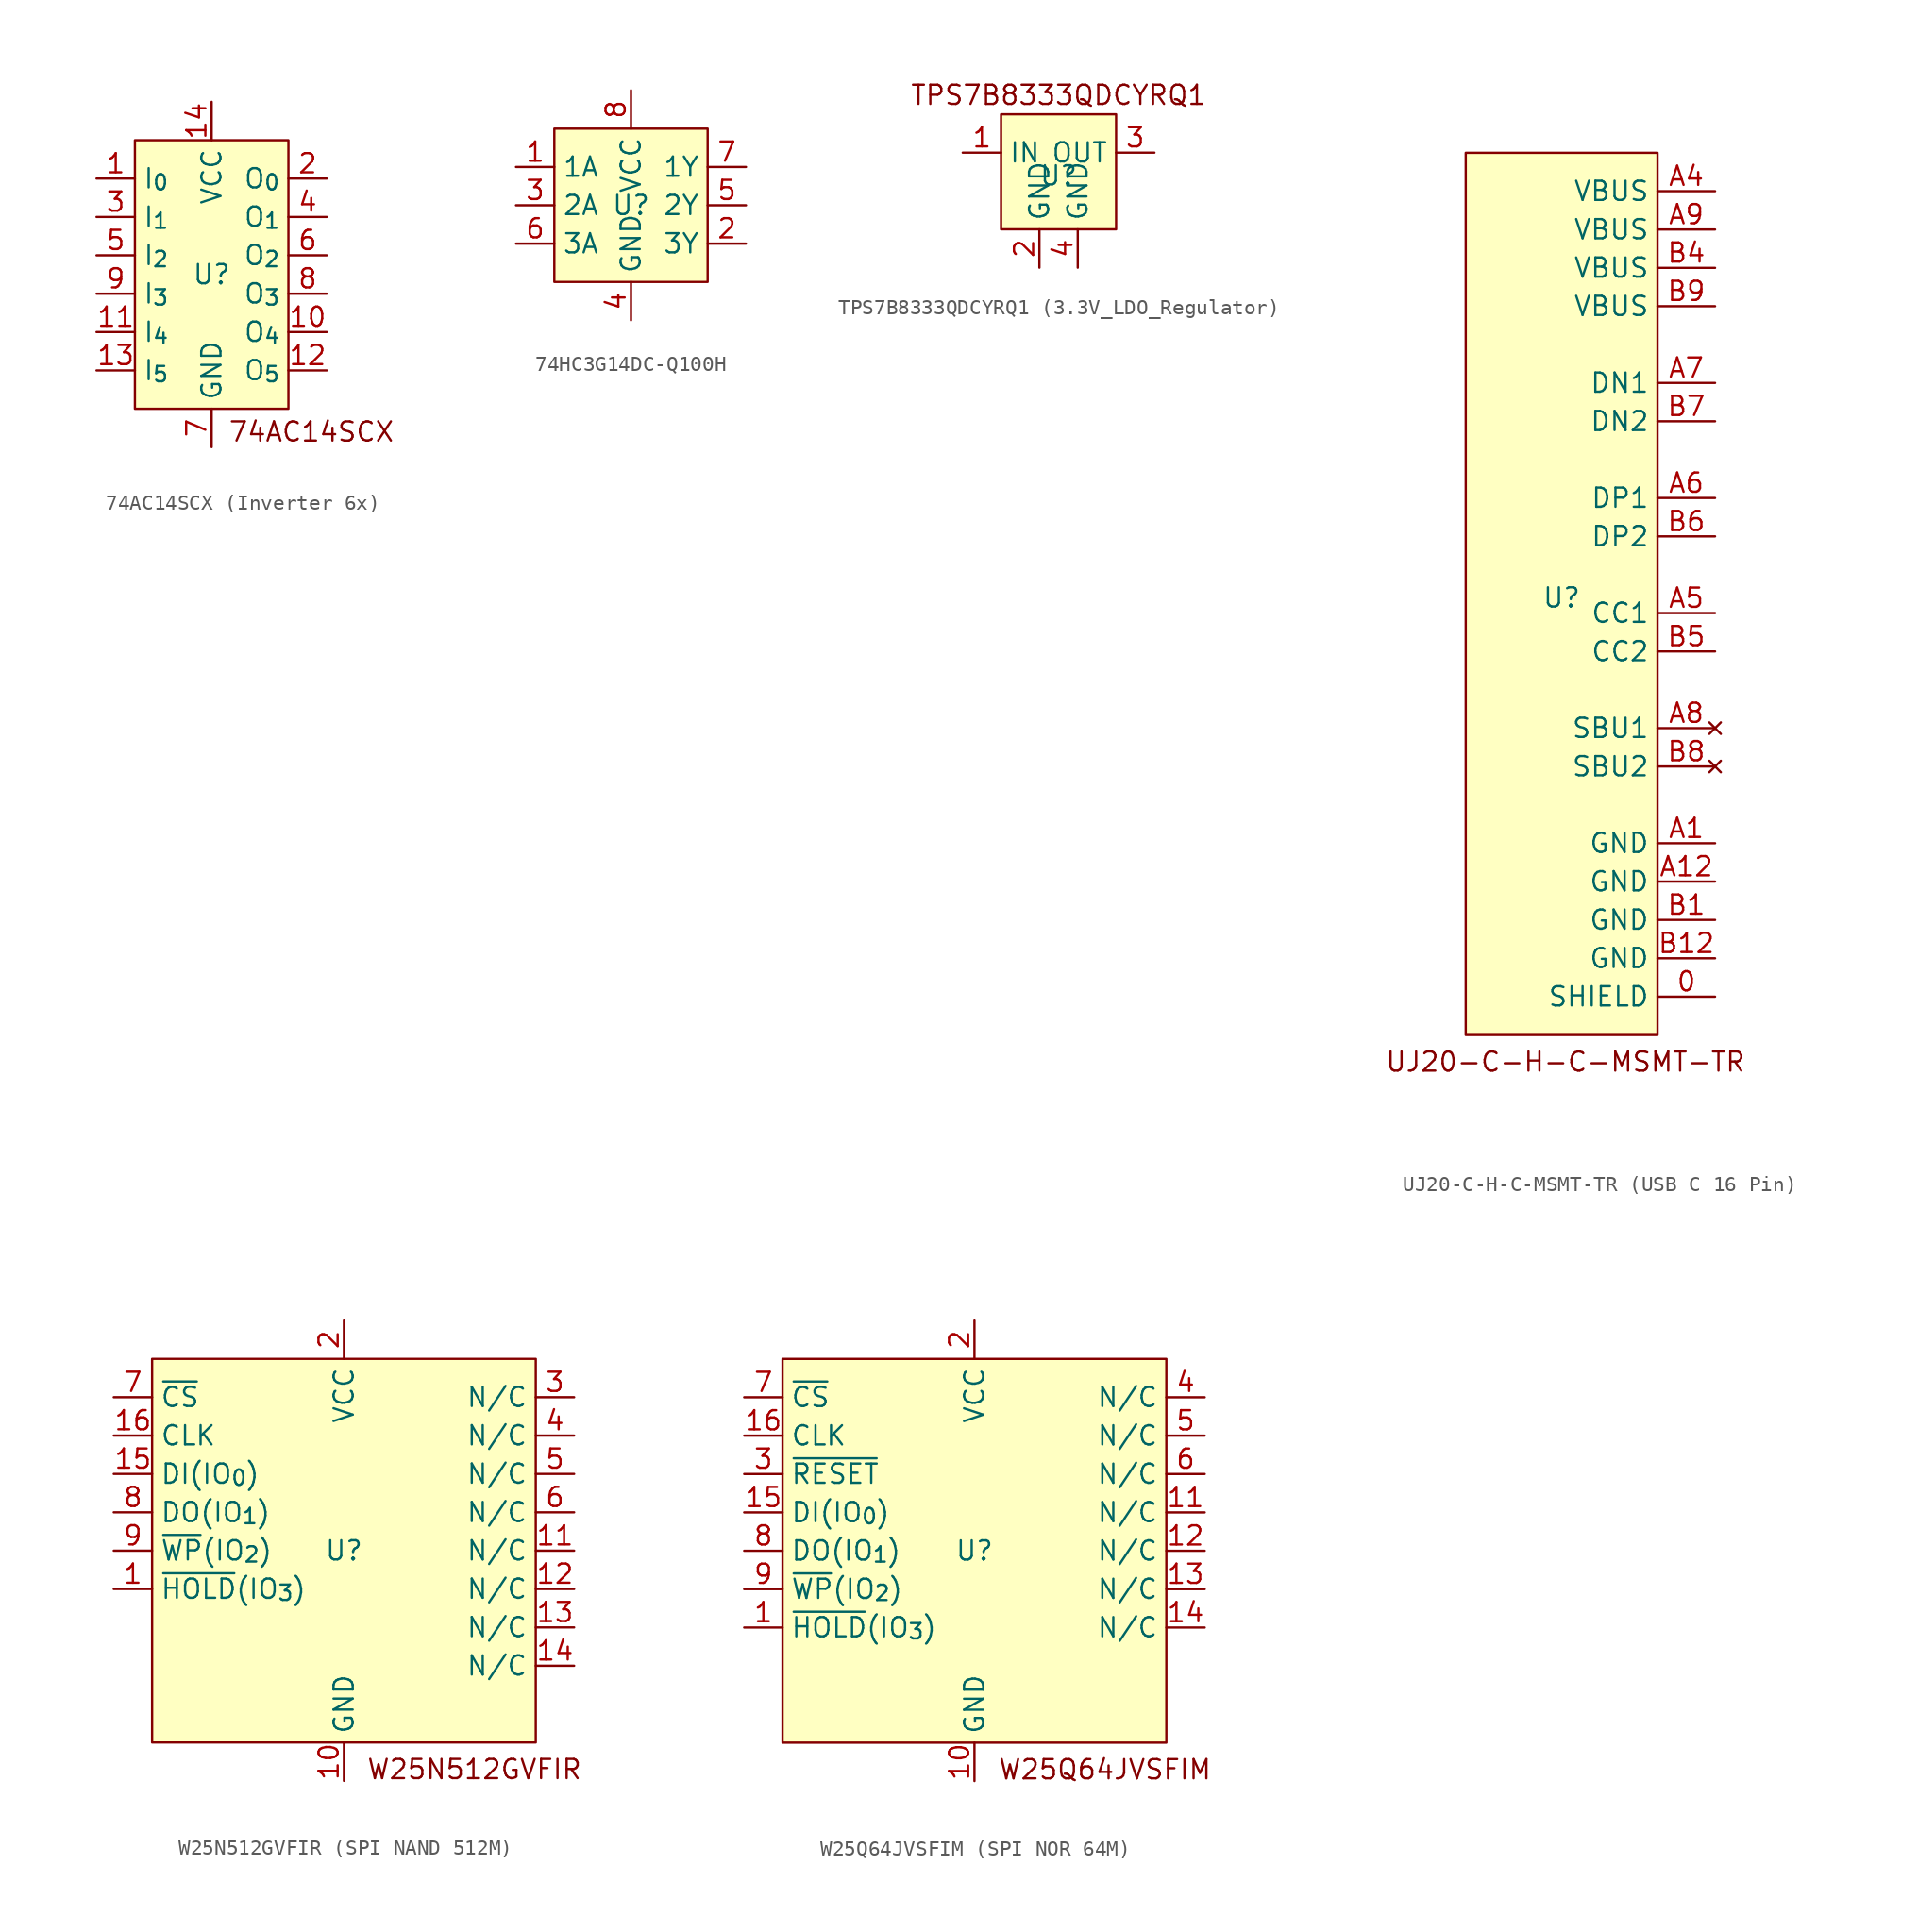
<source format=kicad_sym>
(kicad_symbol_lib
  (version 20231120)
  (generator "kicad_symbol_editor")
  (generator_version "8.0")
  (symbol "74AC14SCX (Inverter 6x)"
    (property "Reference" "U"
      (at 0 0 0)
      (effects (font (size 1.27 1.27))))
    (property "Value" ""
      (at 0 0 0)
      (effects (font (size 1.27 1.27))))
    (symbol "74AC14SCX (Inverter 6x)_1_1"
      (rectangle (start -5.08 8.89) (end 5.08 -8.89) (stroke (width 0) (type default)) (fill (type background)))
      (text "74AC14SCX" (at 6.604 -10.414 0) (effects (font (size 1.27 1.27))))
      (pin input line (at -7.62 6.35 0) (length 2.54) (name "I_{0}" (effects (font (size 1.27 1.27)))) (number "1" (effects (font (size 1.27 1.27)))))
      (pin output line (at 7.62 -3.81 180) (length 2.54) (name "O_{4}" (effects (font (size 1.27 1.27)))) (number "10" (effects (font (size 1.27 1.27)))))
      (pin input line (at -7.62 -3.81 0) (length 2.54) (name "I_{4}" (effects (font (size 1.27 1.27)))) (number "11" (effects (font (size 1.27 1.27)))))
      (pin output line (at 7.62 -6.35 180) (length 2.54) (name "O_{5}" (effects (font (size 1.27 1.27)))) (number "12" (effects (font (size 1.27 1.27)))))
      (pin input line (at -7.62 -6.35 0) (length 2.54) (name "I_{5}" (effects (font (size 1.27 1.27)))) (number "13" (effects (font (size 1.27 1.27)))))
      (pin power_in line (at 0 11.43 270) (length 2.54) (name "VCC" (effects (font (size 1.27 1.27)))) (number "14" (effects (font (size 1.27 1.27)))))
      (pin output line (at 7.62 6.35 180) (length 2.54) (name "O_{0}" (effects (font (size 1.27 1.27)))) (number "2" (effects (font (size 1.27 1.27)))))
      (pin input line (at -7.62 3.81 0) (length 2.54) (name "I_{1}" (effects (font (size 1.27 1.27)))) (number "3" (effects (font (size 1.27 1.27)))))
      (pin output line (at 7.62 3.81 180) (length 2.54) (name "O_{1}" (effects (font (size 1.27 1.27)))) (number "4" (effects (font (size 1.27 1.27)))))
      (pin input line (at -7.62 1.27 0) (length 2.54) (name "I_{2}" (effects (font (size 1.27 1.27)))) (number "5" (effects (font (size 1.27 1.27)))))
      (pin output line (at 7.62 1.27 180) (length 2.54) (name "O_{2}" (effects (font (size 1.27 1.27)))) (number "6" (effects (font (size 1.27 1.27)))))
      (pin power_in line (at 0 -11.43 90) (length 2.54) (name "GND" (effects (font (size 1.27 1.27)))) (number "7" (effects (font (size 1.27 1.27)))))
      (pin output line (at 7.62 -1.27 180) (length 2.54) (name "O_{3}" (effects (font (size 1.27 1.27)))) (number "8" (effects (font (size 1.27 1.27)))))
      (pin input line (at -7.62 -1.27 0) (length 2.54) (name "I_{3}" (effects (font (size 1.27 1.27)))) (number "9" (effects (font (size 1.27 1.27)))))))
  (symbol "74HC3G14DC-Q100H"
    (property "Reference" "U"
      (at 0 0 0)
      (effects (font (size 1.27 1.27))))
    (property "Value" ""
      (at -2.54 0 0)
      (effects (font (size 1.27 1.27))))
    (symbol "74HC3G14DC-Q100H_1_1"
      (rectangle (start -5.08 5.08) (end 5.08 -5.08) (stroke (width 0) (type default)) (fill (type background)))
      (pin input line (at -7.62 2.54 0) (length 2.54) (name "1A" (effects (font (size 1.27 1.27)))) (number "1" (effects (font (size 1.27 1.27)))))
      (pin output line (at 7.62 -2.54 180) (length 2.54) (name "3Y" (effects (font (size 1.27 1.27)))) (number "2" (effects (font (size 1.27 1.27)))))
      (pin input line (at -7.62 0 0) (length 2.54) (name "2A" (effects (font (size 1.27 1.27)))) (number "3" (effects (font (size 1.27 1.27)))))
      (pin power_in line (at 0 -7.62 90) (length 2.54) (name "GND" (effects (font (size 1.27 1.27)))) (number "4" (effects (font (size 1.27 1.27)))))
      (pin output line (at 7.62 0 180) (length 2.54) (name "2Y" (effects (font (size 1.27 1.27)))) (number "5" (effects (font (size 1.27 1.27)))))
      (pin input line (at -7.62 -2.54 0) (length 2.54) (name "3A" (effects (font (size 1.27 1.27)))) (number "6" (effects (font (size 1.27 1.27)))))
      (pin output line (at 7.62 2.54 180) (length 2.54) (name "1Y" (effects (font (size 1.27 1.27)))) (number "7" (effects (font (size 1.27 1.27)))))
      (pin power_in line (at 0 7.62 270) (length 2.54) (name "VCC" (effects (font (size 1.27 1.27)))) (number "8" (effects (font (size 1.27 1.27)))))))
  (symbol "TPS7B8333QDCYRQ1 (3.3V_LDO_Regulator)"
    (property "Reference" "U"
      (at 0 -0.254 0)
      (effects (font (size 1.27 1.27))))
    (property "Value" ""
      (at 0 -1.27 0)
      (effects (font (size 1.27 1.27))))
    (symbol "TPS7B8333QDCYRQ1 (3.3V_LDO_Regulator)_1_1"
      (rectangle (start -3.81 3.81) (end 3.81 -3.81) (stroke (width 0) (type default)) (fill (type background)))
      (text "TPS7B8333QDCYRQ1" (at 0 5.08 0) (effects (font (size 1.27 1.27))))
      (pin power_in line (at -6.35 1.27 0) (length 2.54) (name "IN" (effects (font (size 1.27 1.27)))) (number "1" (effects (font (size 1.27 1.27)))))
      (pin power_in line (at -1.27 -6.35 90) (length 2.54) (name "GND" (effects (font (size 1.27 1.27)))) (number "2" (effects (font (size 1.27 1.27)))))
      (pin power_out line (at 6.35 1.27 180) (length 2.54) (name "OUT" (effects (font (size 1.27 1.27)))) (number "3" (effects (font (size 1.27 1.27)))))
      (pin power_in line (at 1.27 -6.35 90) (length 2.54) (name "GND" (effects (font (size 1.27 1.27)))) (number "4" (effects (font (size 1.27 1.27)))))))
  (symbol "UJ20-C-H-C-MSMT-TR (USB C 16 Pin)"
    (property "Reference" "U"
      (at 0 -0.254 0)
      (effects (font (size 1.27 1.27))))
    (property "Value" ""
      (at 16.51 -12.7 0)
      (effects (font (size 1.27 1.27))))
    (symbol "UJ20-C-H-C-MSMT-TR (USB C 16 Pin)_1_1"
      (rectangle (start -6.35 29.21) (end 6.35 -29.21) (stroke (width 0) (type default)) (fill (type background)))
      (text "UJ20-C-H-C-MSMT-TR" (at 0.254 -30.988 0) (effects (font (size 1.27 1.27))))
      (pin power_out line (at 10.16 -26.67 180) (length 3.81) (name "SHIELD" (effects (font (size 1.27 1.27)))) (number "0" (effects (font (size 1.27 1.27)))))
      (pin power_out line (at 10.16 -16.51 180) (length 3.81) (name "GND" (effects (font (size 1.27 1.27)))) (number "A1" (effects (font (size 1.27 1.27)))))
      (pin power_out line (at 10.16 -19.05 180) (length 3.81) (name "GND" (effects (font (size 1.27 1.27)))) (number "A12" (effects (font (size 1.27 1.27)))))
      (pin power_out line (at 10.16 26.67 180) (length 3.81) (name "VBUS" (effects (font (size 1.27 1.27)))) (number "A4" (effects (font (size 1.27 1.27)))))
      (pin bidirectional line (at 10.16 -1.27 180) (length 3.81) (name "CC1" (effects (font (size 1.27 1.27)))) (number "A5" (effects (font (size 1.27 1.27)))))
      (pin output line (at 10.16 6.35 180) (length 3.81) (name "DP1" (effects (font (size 1.27 1.27)))) (number "A6" (effects (font (size 1.27 1.27)))))
      (pin output line (at 10.16 13.97 180) (length 3.81) (name "DN1" (effects (font (size 1.27 1.27)))) (number "A7" (effects (font (size 1.27 1.27)))))
      (pin no_connect line (at 10.16 -8.89 180) (length 3.81) (name "SBU1" (effects (font (size 1.27 1.27)))) (number "A8" (effects (font (size 1.27 1.27)))))
      (pin power_out line (at 10.16 24.13 180) (length 3.81) (name "VBUS" (effects (font (size 1.27 1.27)))) (number "A9" (effects (font (size 1.27 1.27)))))
      (pin power_out line (at 10.16 -21.59 180) (length 3.81) (name "GND" (effects (font (size 1.27 1.27)))) (number "B1" (effects (font (size 1.27 1.27)))))
      (pin power_out line (at 10.16 -24.13 180) (length 3.81) (name "GND" (effects (font (size 1.27 1.27)))) (number "B12" (effects (font (size 1.27 1.27)))))
      (pin power_out line (at 10.16 21.59 180) (length 3.81) (name "VBUS" (effects (font (size 1.27 1.27)))) (number "B4" (effects (font (size 1.27 1.27)))))
      (pin bidirectional line (at 10.16 -3.81 180) (length 3.81) (name "CC2" (effects (font (size 1.27 1.27)))) (number "B5" (effects (font (size 1.27 1.27)))))
      (pin output line (at 10.16 3.81 180) (length 3.81) (name "DP2" (effects (font (size 1.27 1.27)))) (number "B6" (effects (font (size 1.27 1.27)))))
      (pin output line (at 10.16 11.43 180) (length 3.81) (name "DN2" (effects (font (size 1.27 1.27)))) (number "B7" (effects (font (size 1.27 1.27)))))
      (pin no_connect line (at 10.16 -11.43 180) (length 3.81) (name "SBU2" (effects (font (size 1.27 1.27)))) (number "B8" (effects (font (size 1.27 1.27)))))
      (pin power_out line (at 10.16 19.05 180) (length 3.81) (name "VBUS" (effects (font (size 1.27 1.27)))) (number "B9" (effects (font (size 1.27 1.27)))))))
  (symbol "W25N512GVFIR (SPI NAND 512M)"
    (property "Reference" "U"
      (at 0 0 0)
      (effects (font (size 1.27 1.27))))
    (property "Value" ""
      (at 0 0 0)
      (effects (font (size 1.27 1.27))))
    (symbol "W25N512GVFIR (SPI NAND 512M)_1_1"
      (rectangle (start -12.7 12.7) (end 12.7 -12.7) (stroke (width 0) (type default)) (fill (type background)))
      (text "W25N512GVFIR\n" (at 8.636 -14.478 0) (effects (font (size 1.27 1.27))))
      (pin bidirectional line (at -15.24 -2.54 0) (length 2.54) (name "~{HOLD}(IO_{3})" (effects (font (size 1.27 1.27)))) (number "1" (effects (font (size 1.27 1.27)))))
      (pin power_in line (at 0 -15.24 90) (length 2.54) (name "GND" (effects (font (size 1.27 1.27)))) (number "10" (effects (font (size 1.27 1.27)))))
      (pin input line (at 15.24 0 180) (length 2.54) (name "N/C" (effects (font (size 1.27 1.27)))) (number "11" (effects (font (size 1.27 1.27)))))
      (pin input line (at 15.24 -2.54 180) (length 2.54) (name "N/C" (effects (font (size 1.27 1.27)))) (number "12" (effects (font (size 1.27 1.27)))))
      (pin input line (at 15.24 -5.08 180) (length 2.54) (name "N/C" (effects (font (size 1.27 1.27)))) (number "13" (effects (font (size 1.27 1.27)))))
      (pin input line (at 15.24 -7.62 180) (length 2.54) (name "N/C" (effects (font (size 1.27 1.27)))) (number "14" (effects (font (size 1.27 1.27)))))
      (pin bidirectional line (at -15.24 5.08 0) (length 2.54) (name "DI(IO_{0})" (effects (font (size 1.27 1.27)))) (number "15" (effects (font (size 1.27 1.27)))))
      (pin input line (at -15.24 7.62 0) (length 2.54) (name "CLK" (effects (font (size 1.27 1.27)))) (number "16" (effects (font (size 1.27 1.27)))))
      (pin power_in line (at 0 15.24 270) (length 2.54) (name "VCC" (effects (font (size 1.27 1.27)))) (number "2" (effects (font (size 1.27 1.27)))))
      (pin input line (at 15.24 10.16 180) (length 2.54) (name "N/C" (effects (font (size 1.27 1.27)))) (number "3" (effects (font (size 1.27 1.27)))))
      (pin input line (at 15.24 7.62 180) (length 2.54) (name "N/C" (effects (font (size 1.27 1.27)))) (number "4" (effects (font (size 1.27 1.27)))))
      (pin input line (at 15.24 5.08 180) (length 2.54) (name "N/C" (effects (font (size 1.27 1.27)))) (number "5" (effects (font (size 1.27 1.27)))))
      (pin input line (at 15.24 2.54 180) (length 2.54) (name "N/C" (effects (font (size 1.27 1.27)))) (number "6" (effects (font (size 1.27 1.27)))))
      (pin input line (at -15.24 10.16 0) (length 2.54) (name "~{CS}" (effects (font (size 1.27 1.27)))) (number "7" (effects (font (size 1.27 1.27)))))
      (pin bidirectional line (at -15.24 2.54 0) (length 2.54) (name "DO(IO_{1})" (effects (font (size 1.27 1.27)))) (number "8" (effects (font (size 1.27 1.27)))))
      (pin bidirectional line (at -15.24 0 0) (length 2.54) (name "~{WP}(IO_{2})" (effects (font (size 1.27 1.27)))) (number "9" (effects (font (size 1.27 1.27)))))))
  (symbol "W25Q64JVSFIM (SPI NOR 64M)"
    (property "Reference" "U"
      (at 0 0 0)
      (effects (font (size 1.27 1.27))))
    (property "Value" ""
      (at 0 0 0)
      (effects (font (size 1.27 1.27))))
    (symbol "W25Q64JVSFIM (SPI NOR 64M)_1_1"
      (rectangle (start -12.7 12.7) (end 12.7 -12.7) (stroke (width 0) (type default)) (fill (type background)))
      (text "W25Q64JVSFIM\n" (at 8.636 -14.478 0) (effects (font (size 1.27 1.27))))
      (pin bidirectional line (at -15.24 -5.08 0) (length 2.54) (name "~{HOLD}(IO_{3})" (effects (font (size 1.27 1.27)))) (number "1" (effects (font (size 1.27 1.27)))))
      (pin power_in line (at 0 -15.24 90) (length 2.54) (name "GND" (effects (font (size 1.27 1.27)))) (number "10" (effects (font (size 1.27 1.27)))))
      (pin input line (at 15.24 2.54 180) (length 2.54) (name "N/C" (effects (font (size 1.27 1.27)))) (number "11" (effects (font (size 1.27 1.27)))))
      (pin input line (at 15.24 0 180) (length 2.54) (name "N/C" (effects (font (size 1.27 1.27)))) (number "12" (effects (font (size 1.27 1.27)))))
      (pin input line (at 15.24 -2.54 180) (length 2.54) (name "N/C" (effects (font (size 1.27 1.27)))) (number "13" (effects (font (size 1.27 1.27)))))
      (pin input line (at 15.24 -5.08 180) (length 2.54) (name "N/C" (effects (font (size 1.27 1.27)))) (number "14" (effects (font (size 1.27 1.27)))))
      (pin bidirectional line (at -15.24 2.54 0) (length 2.54) (name "DI(IO_{0})" (effects (font (size 1.27 1.27)))) (number "15" (effects (font (size 1.27 1.27)))))
      (pin input line (at -15.24 7.62 0) (length 2.54) (name "CLK" (effects (font (size 1.27 1.27)))) (number "16" (effects (font (size 1.27 1.27)))))
      (pin power_in line (at 0 15.24 270) (length 2.54) (name "VCC" (effects (font (size 1.27 1.27)))) (number "2" (effects (font (size 1.27 1.27)))))
      (pin input line (at -15.24 5.08 0) (length 2.54) (name "~{RESET}" (effects (font (size 1.27 1.27)))) (number "3" (effects (font (size 1.27 1.27)))))
      (pin input line (at 15.24 10.16 180) (length 2.54) (name "N/C" (effects (font (size 1.27 1.27)))) (number "4" (effects (font (size 1.27 1.27)))))
      (pin input line (at 15.24 7.62 180) (length 2.54) (name "N/C" (effects (font (size 1.27 1.27)))) (number "5" (effects (font (size 1.27 1.27)))))
      (pin input line (at 15.24 5.08 180) (length 2.54) (name "N/C" (effects (font (size 1.27 1.27)))) (number "6" (effects (font (size 1.27 1.27)))))
      (pin input line (at -15.24 10.16 0) (length 2.54) (name "~{CS}" (effects (font (size 1.27 1.27)))) (number "7" (effects (font (size 1.27 1.27)))))
      (pin bidirectional line (at -15.24 0 0) (length 2.54) (name "DO(IO_{1})" (effects (font (size 1.27 1.27)))) (number "8" (effects (font (size 1.27 1.27)))))
      (pin bidirectional line (at -15.24 -2.54 0) (length 2.54) (name "~{WP}(IO_{2})" (effects (font (size 1.27 1.27)))) (number "9" (effects (font (size 1.27 1.27))))))))
</source>
